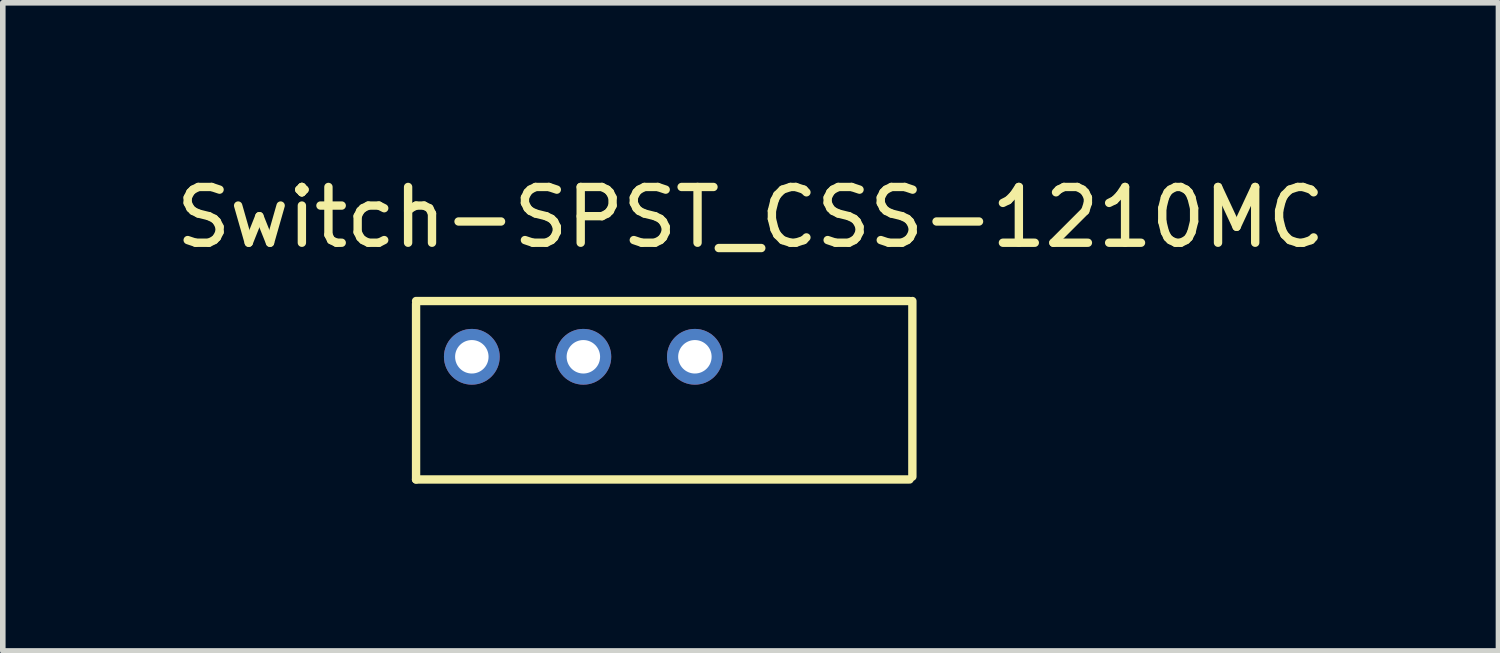
<source format=kicad_pcb>
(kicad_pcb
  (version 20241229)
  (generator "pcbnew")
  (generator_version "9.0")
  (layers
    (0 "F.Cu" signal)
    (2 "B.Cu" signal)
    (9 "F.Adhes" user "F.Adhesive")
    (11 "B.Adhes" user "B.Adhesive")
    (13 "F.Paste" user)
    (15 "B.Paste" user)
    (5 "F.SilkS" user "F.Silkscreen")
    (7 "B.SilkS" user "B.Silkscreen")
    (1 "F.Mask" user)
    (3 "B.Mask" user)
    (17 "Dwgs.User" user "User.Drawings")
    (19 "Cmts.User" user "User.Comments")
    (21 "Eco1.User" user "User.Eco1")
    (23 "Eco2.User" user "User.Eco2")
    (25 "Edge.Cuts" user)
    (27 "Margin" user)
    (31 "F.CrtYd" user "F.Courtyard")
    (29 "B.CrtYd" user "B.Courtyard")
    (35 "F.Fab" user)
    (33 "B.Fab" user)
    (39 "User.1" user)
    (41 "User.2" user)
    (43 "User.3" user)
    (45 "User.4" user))
  (footprint "Switch-SPST_CSS-1210MC"
    (layer "F.Cu")
    (at 10.411 0.348)
    (property "Reference" "Switch-SPST_CSS-1210MC" (at 0 0.5 0) (layer "F.SilkS") (effects (font (size 1 1) (thickness 0.15))))
    (attr through_hole)
    (fp_line (start -6 2) (end 2.85 2) (stroke (width 0.15) (type solid)) (layer "F.SilkS"))
    (fp_line (start -6 2.05) (end -6 5.2) (stroke (width 0.15) (type solid)) (layer "F.SilkS"))
    (fp_line (start -6 5.2) (end 2.85 5.2) (stroke (width 0.15) (type solid)) (layer "F.SilkS"))
    (fp_line (start 2.9 2) (end 2.9 5.15) (stroke (width 0.15) (type solid)) (layer "F.SilkS"))
    (pad "1" thru_hole circle (at -5 3) (size 1 1) (drill 0.6) (layers "*.Cu" "*.Mask"))
    (pad "2" thru_hole circle (at -3 3) (size 1 1) (drill 0.6) (layers "*.Cu" "*.Mask"))
    (pad "3" thru_hole circle (at -1 3) (size 1 1) (drill 0.6) (layers "*.Cu" "*.Mask")))
  (gr_rect
    (start -3 -3)
    (end 23.821 8.623)
    (stroke (width 0.1) (type default))
    (fill no)
    (layer "Edge.Cuts")))
</source>
